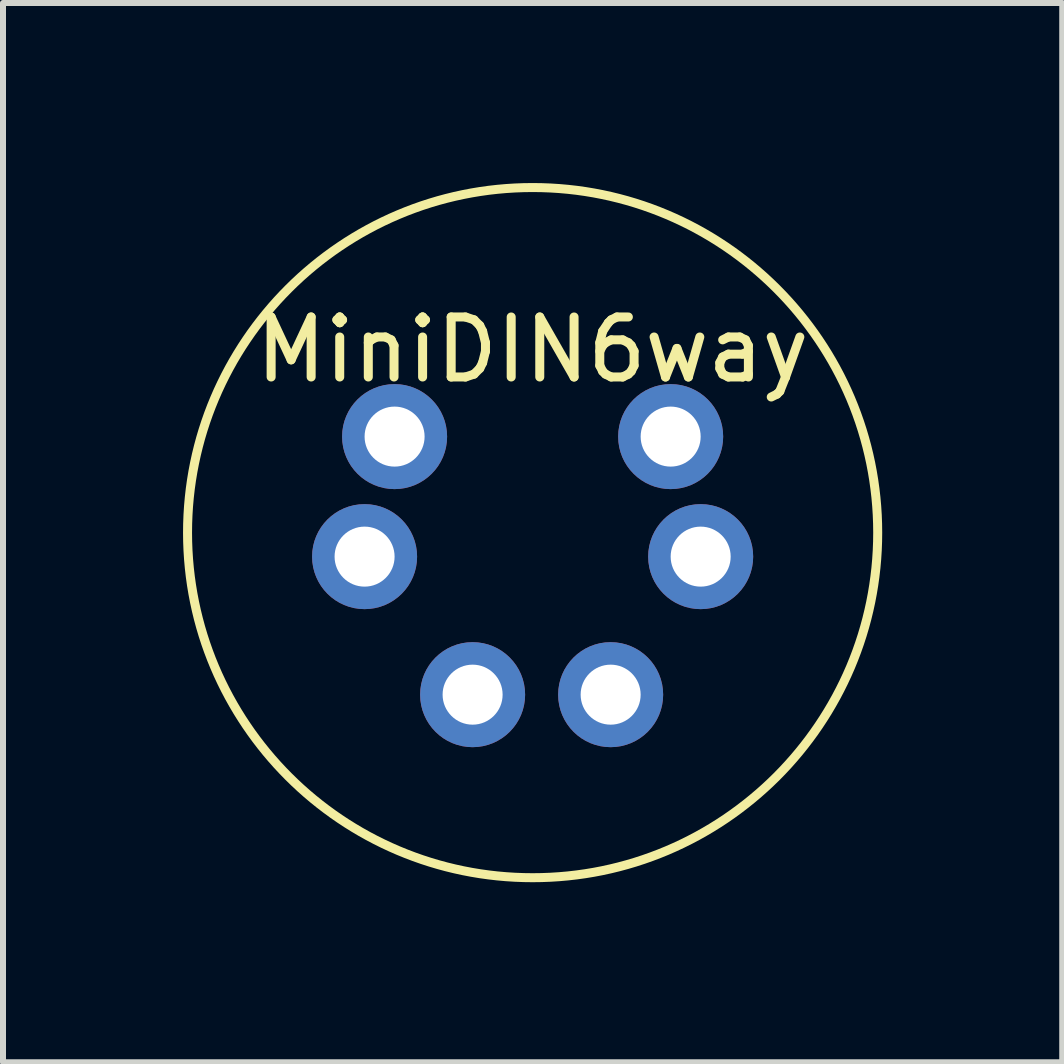
<source format=kicad_pcb>
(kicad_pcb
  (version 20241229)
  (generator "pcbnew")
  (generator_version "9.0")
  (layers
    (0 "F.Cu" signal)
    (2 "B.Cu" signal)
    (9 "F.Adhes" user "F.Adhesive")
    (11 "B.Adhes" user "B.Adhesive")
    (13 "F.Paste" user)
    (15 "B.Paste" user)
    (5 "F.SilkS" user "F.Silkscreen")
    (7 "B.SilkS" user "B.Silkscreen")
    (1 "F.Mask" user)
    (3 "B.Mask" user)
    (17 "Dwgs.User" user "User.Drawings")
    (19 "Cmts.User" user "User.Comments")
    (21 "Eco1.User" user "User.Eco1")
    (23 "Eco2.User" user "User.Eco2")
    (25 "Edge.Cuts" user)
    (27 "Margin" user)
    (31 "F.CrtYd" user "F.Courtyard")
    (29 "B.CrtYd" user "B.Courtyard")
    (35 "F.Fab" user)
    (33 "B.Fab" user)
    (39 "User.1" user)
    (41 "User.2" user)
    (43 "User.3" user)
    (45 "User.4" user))
  (footprint "MiniDIN6way"
    (layer "F.Cu")
    (at 5.825 5.825)
    (property "Reference" "MiniDIN6way" (at 0 -3.048 0) (layer "F.SilkS") (effects (font (size 1 1) (thickness 0.15))))
    (attr through_hole)
    (fp_circle (center 0 0) (end 5.75 0) (stroke (width 0.15) (type solid)) (fill no) (layer "F.SilkS"))
    (pad "1" thru_hole circle (at 1.3 2.7) (size 1.75 1.75) (drill 1) (layers "*.Cu" "*.Mask"))
    (pad "2" thru_hole circle (at -1 2.7) (size 1.75 1.75) (drill 1) (layers "*.Cu" "*.Mask"))
    (pad "3" thru_hole circle (at 2.8 0.4) (size 1.75 1.75) (drill 1) (layers "*.Cu" "*.Mask"))
    (pad "4" thru_hole circle (at -2.8 0.4) (size 1.75 1.75) (drill 1) (layers "*.Cu" "*.Mask"))
    (pad "5" thru_hole circle (at 2.3 -1.6) (size 1.75 1.75) (drill 1) (layers "*.Cu" "*.Mask"))
    (pad "6" thru_hole circle (at -2.3 -1.6) (size 1.75 1.75) (drill 1) (layers "*.Cu" "*.Mask")))
  (gr_rect
    (start -3 -3)
    (end 14.65 14.65)
    (stroke (width 0.1) (type default))
    (fill no)
    (layer "Edge.Cuts")))
</source>
